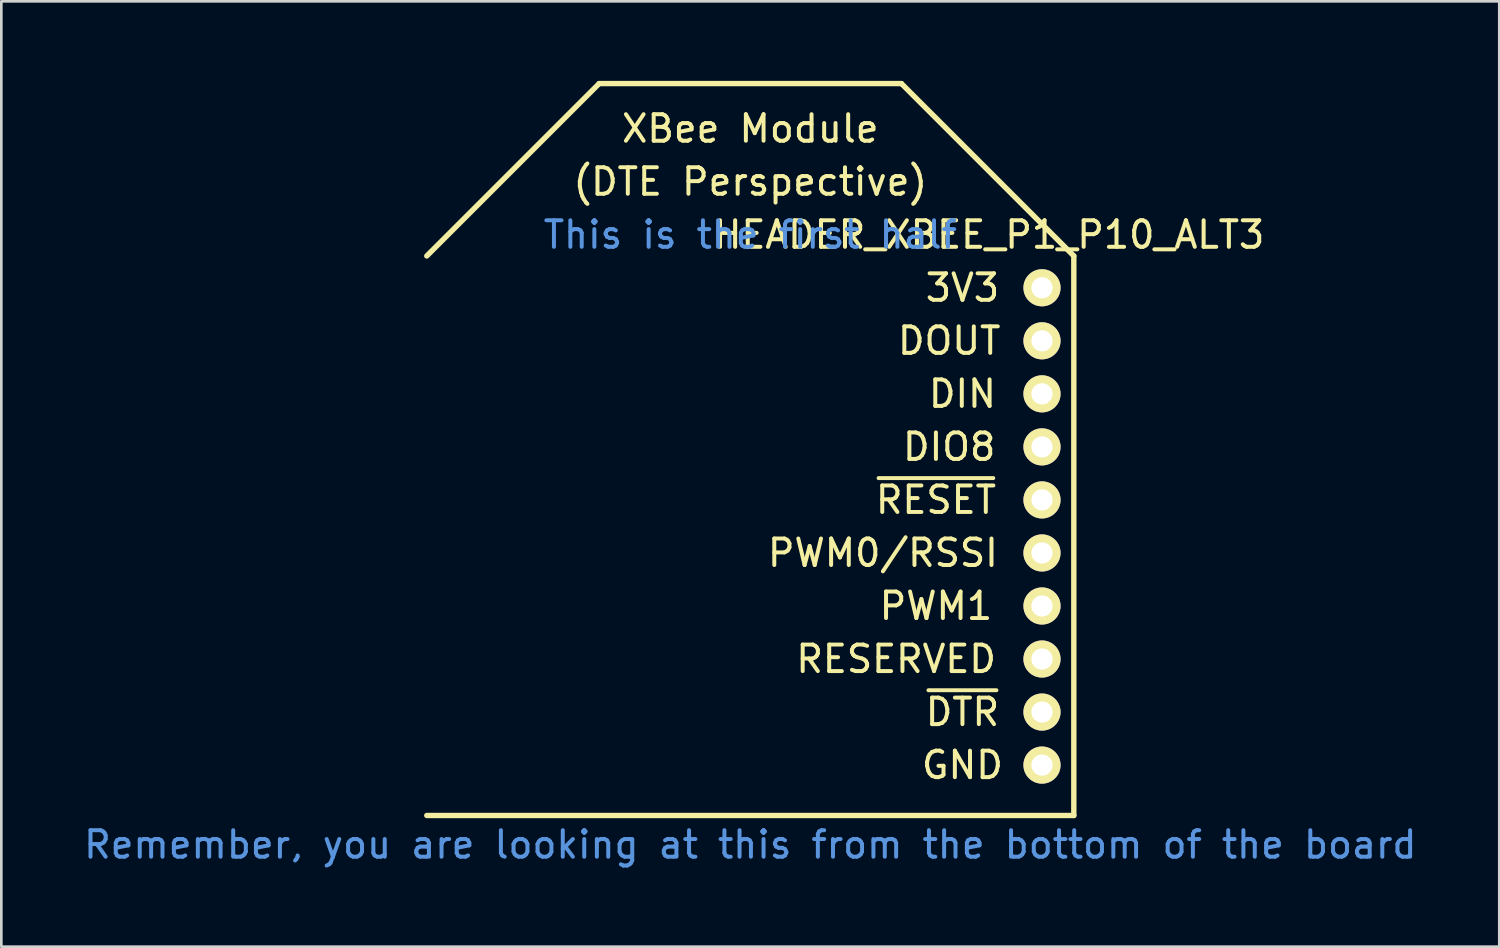
<source format=kicad_pcb>
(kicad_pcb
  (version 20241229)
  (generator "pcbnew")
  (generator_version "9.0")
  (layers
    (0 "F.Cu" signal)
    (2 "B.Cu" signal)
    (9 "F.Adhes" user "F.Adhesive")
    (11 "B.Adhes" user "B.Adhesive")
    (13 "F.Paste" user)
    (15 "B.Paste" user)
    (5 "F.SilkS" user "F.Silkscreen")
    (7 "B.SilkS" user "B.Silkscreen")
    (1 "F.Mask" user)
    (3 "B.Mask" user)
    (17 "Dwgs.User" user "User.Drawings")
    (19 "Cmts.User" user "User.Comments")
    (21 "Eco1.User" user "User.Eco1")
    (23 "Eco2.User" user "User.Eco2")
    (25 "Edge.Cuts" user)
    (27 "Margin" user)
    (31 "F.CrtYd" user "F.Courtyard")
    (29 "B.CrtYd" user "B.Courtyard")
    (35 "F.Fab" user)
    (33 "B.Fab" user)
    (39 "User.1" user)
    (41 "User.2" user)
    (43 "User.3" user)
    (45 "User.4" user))
  (footprint "HEADER_XBEE_P1_P10_ALT3"
    (layer "F.Cu")
    (at 25.244 15.802)
    (property "Reference" "HEADER_XBEE_P1_P10_ALT3" (at 9 -10 0) (layer "F.SilkS") (effects (font (size 1 1) (thickness 0.152))))
    (attr through_hole)
    (fp_line (start -12.2 -9.2) (end -5.7 -15.7) (stroke (width 0.203) (type solid)) (layer "F.SilkS"))
    (fp_line (start -12.2 11.9) (end 12.2 11.9) (stroke (width 0.203) (type solid)) (layer "F.SilkS"))
    (fp_line (start -5.7 -15.7) (end 5.7 -15.7) (stroke (width 0.203) (type solid)) (layer "F.SilkS"))
    (fp_line (start 5.7 -15.7) (end 12.2 -9.2) (stroke (width 0.203) (type solid)) (layer "F.SilkS"))
    (fp_line (start 12.2 -9.2) (end 12.2 11.9) (stroke (width 0.203) (type solid)) (layer "F.SilkS"))
    (fp_text user "PWM0/RSSI" (at 5 2 0) (layer "F.SilkS") (effects (font (size 1 1) (thickness 0.15))))
    (fp_text user "3V3" (at 8 -8 0) (layer "F.SilkS") (effects (font (size 1 1) (thickness 0.15))))
    (fp_text user "RESERVED" (at 5.5 6 0) (layer "F.SilkS") (effects (font (size 1 1) (thickness 0.15))))
    (fp_text user "DIO8" (at 7.5 -2 0) (layer "F.SilkS") (effects (font (size 1 1) (thickness 0.15))))
    (fp_text user "XBee Module" (at 0 -14 0) (layer "F.SilkS") (effects (font (size 1 1) (thickness 0.15))))
    (fp_text user "PWM1" (at 7 4 0) (layer "F.SilkS") (effects (font (size 1 1) (thickness 0.15))))
    (fp_text user "(DTE Perspective)" (at 0 -12 0) (layer "F.SilkS") (effects (font (size 1 1) (thickness 0.15))))
    (fp_text user "~{DTR}" (at 8 8 0) (layer "F.SilkS") (effects (font (size 1 1) (thickness 0.15))))
    (fp_text user "DOUT" (at 7.5 -6 0) (layer "F.SilkS") (effects (font (size 1 1) (thickness 0.15))))
    (fp_text user "GND" (at 8 10 0) (layer "F.SilkS") (effects (font (size 1 1) (thickness 0.15))))
    (fp_text user "~{RESET}" (at 7 0 0) (layer "F.SilkS") (effects (font (size 1 1) (thickness 0.15))))
    (fp_text user "DIN" (at 8 -4 0) (layer "F.SilkS") (effects (font (size 1 1) (thickness 0.15))))
    (fp_text user "Remember, you are looking at this from the bottom of the board" (at 0 13 0) (layer "Cmts.User") (effects (font (size 1 1) (thickness 0.15))))
    (fp_text user "This is the first half" (at 0 -10 0) (layer "Cmts.User") (effects (font (size 1 1) (thickness 0.15))))
    (pad "1" thru_hole circle (at 11 -8 180) (size 1.4 1.4) (drill 0.8) (layers "*.Cu" "*.Mask" "F.SilkS"))
    (pad "2" thru_hole circle (at 11 -6 180) (size 1.4 1.4) (drill 0.8) (layers "*.Cu" "*.Mask" "F.SilkS"))
    (pad "3" thru_hole circle (at 11 -4 180) (size 1.4 1.4) (drill 0.8) (layers "*.Cu" "*.Mask" "F.SilkS"))
    (pad "4" thru_hole circle (at 11 -2 180) (size 1.4 1.4) (drill 0.8) (layers "*.Cu" "*.Mask" "F.SilkS"))
    (pad "5" thru_hole circle (at 11 0 180) (size 1.4 1.4) (drill 0.8) (layers "*.Cu" "*.Mask" "F.SilkS"))
    (pad "6" thru_hole circle (at 11 2 180) (size 1.4 1.4) (drill 0.8) (layers "*.Cu" "*.Mask" "F.SilkS"))
    (pad "7" thru_hole circle (at 11 4 180) (size 1.4 1.4) (drill 0.8) (layers "*.Cu" "*.Mask" "F.SilkS"))
    (pad "8" thru_hole circle (at 11 6 180) (size 1.4 1.4) (drill 0.8) (layers "*.Cu" "*.Mask" "F.SilkS"))
    (pad "9" thru_hole circle (at 11 8 180) (size 1.4 1.4) (drill 0.8) (layers "*.Cu" "*.Mask" "F.SilkS"))
    (pad "10" thru_hole circle (at 11 10 180) (size 1.4 1.4) (drill 0.8) (layers "*.Cu" "*.Mask" "F.SilkS")))
  (gr_rect
    (start -3 -3)
    (end 53.488 32.65)
    (stroke (width 0.1) (type default))
    (fill no)
    (layer "Edge.Cuts")))
</source>
